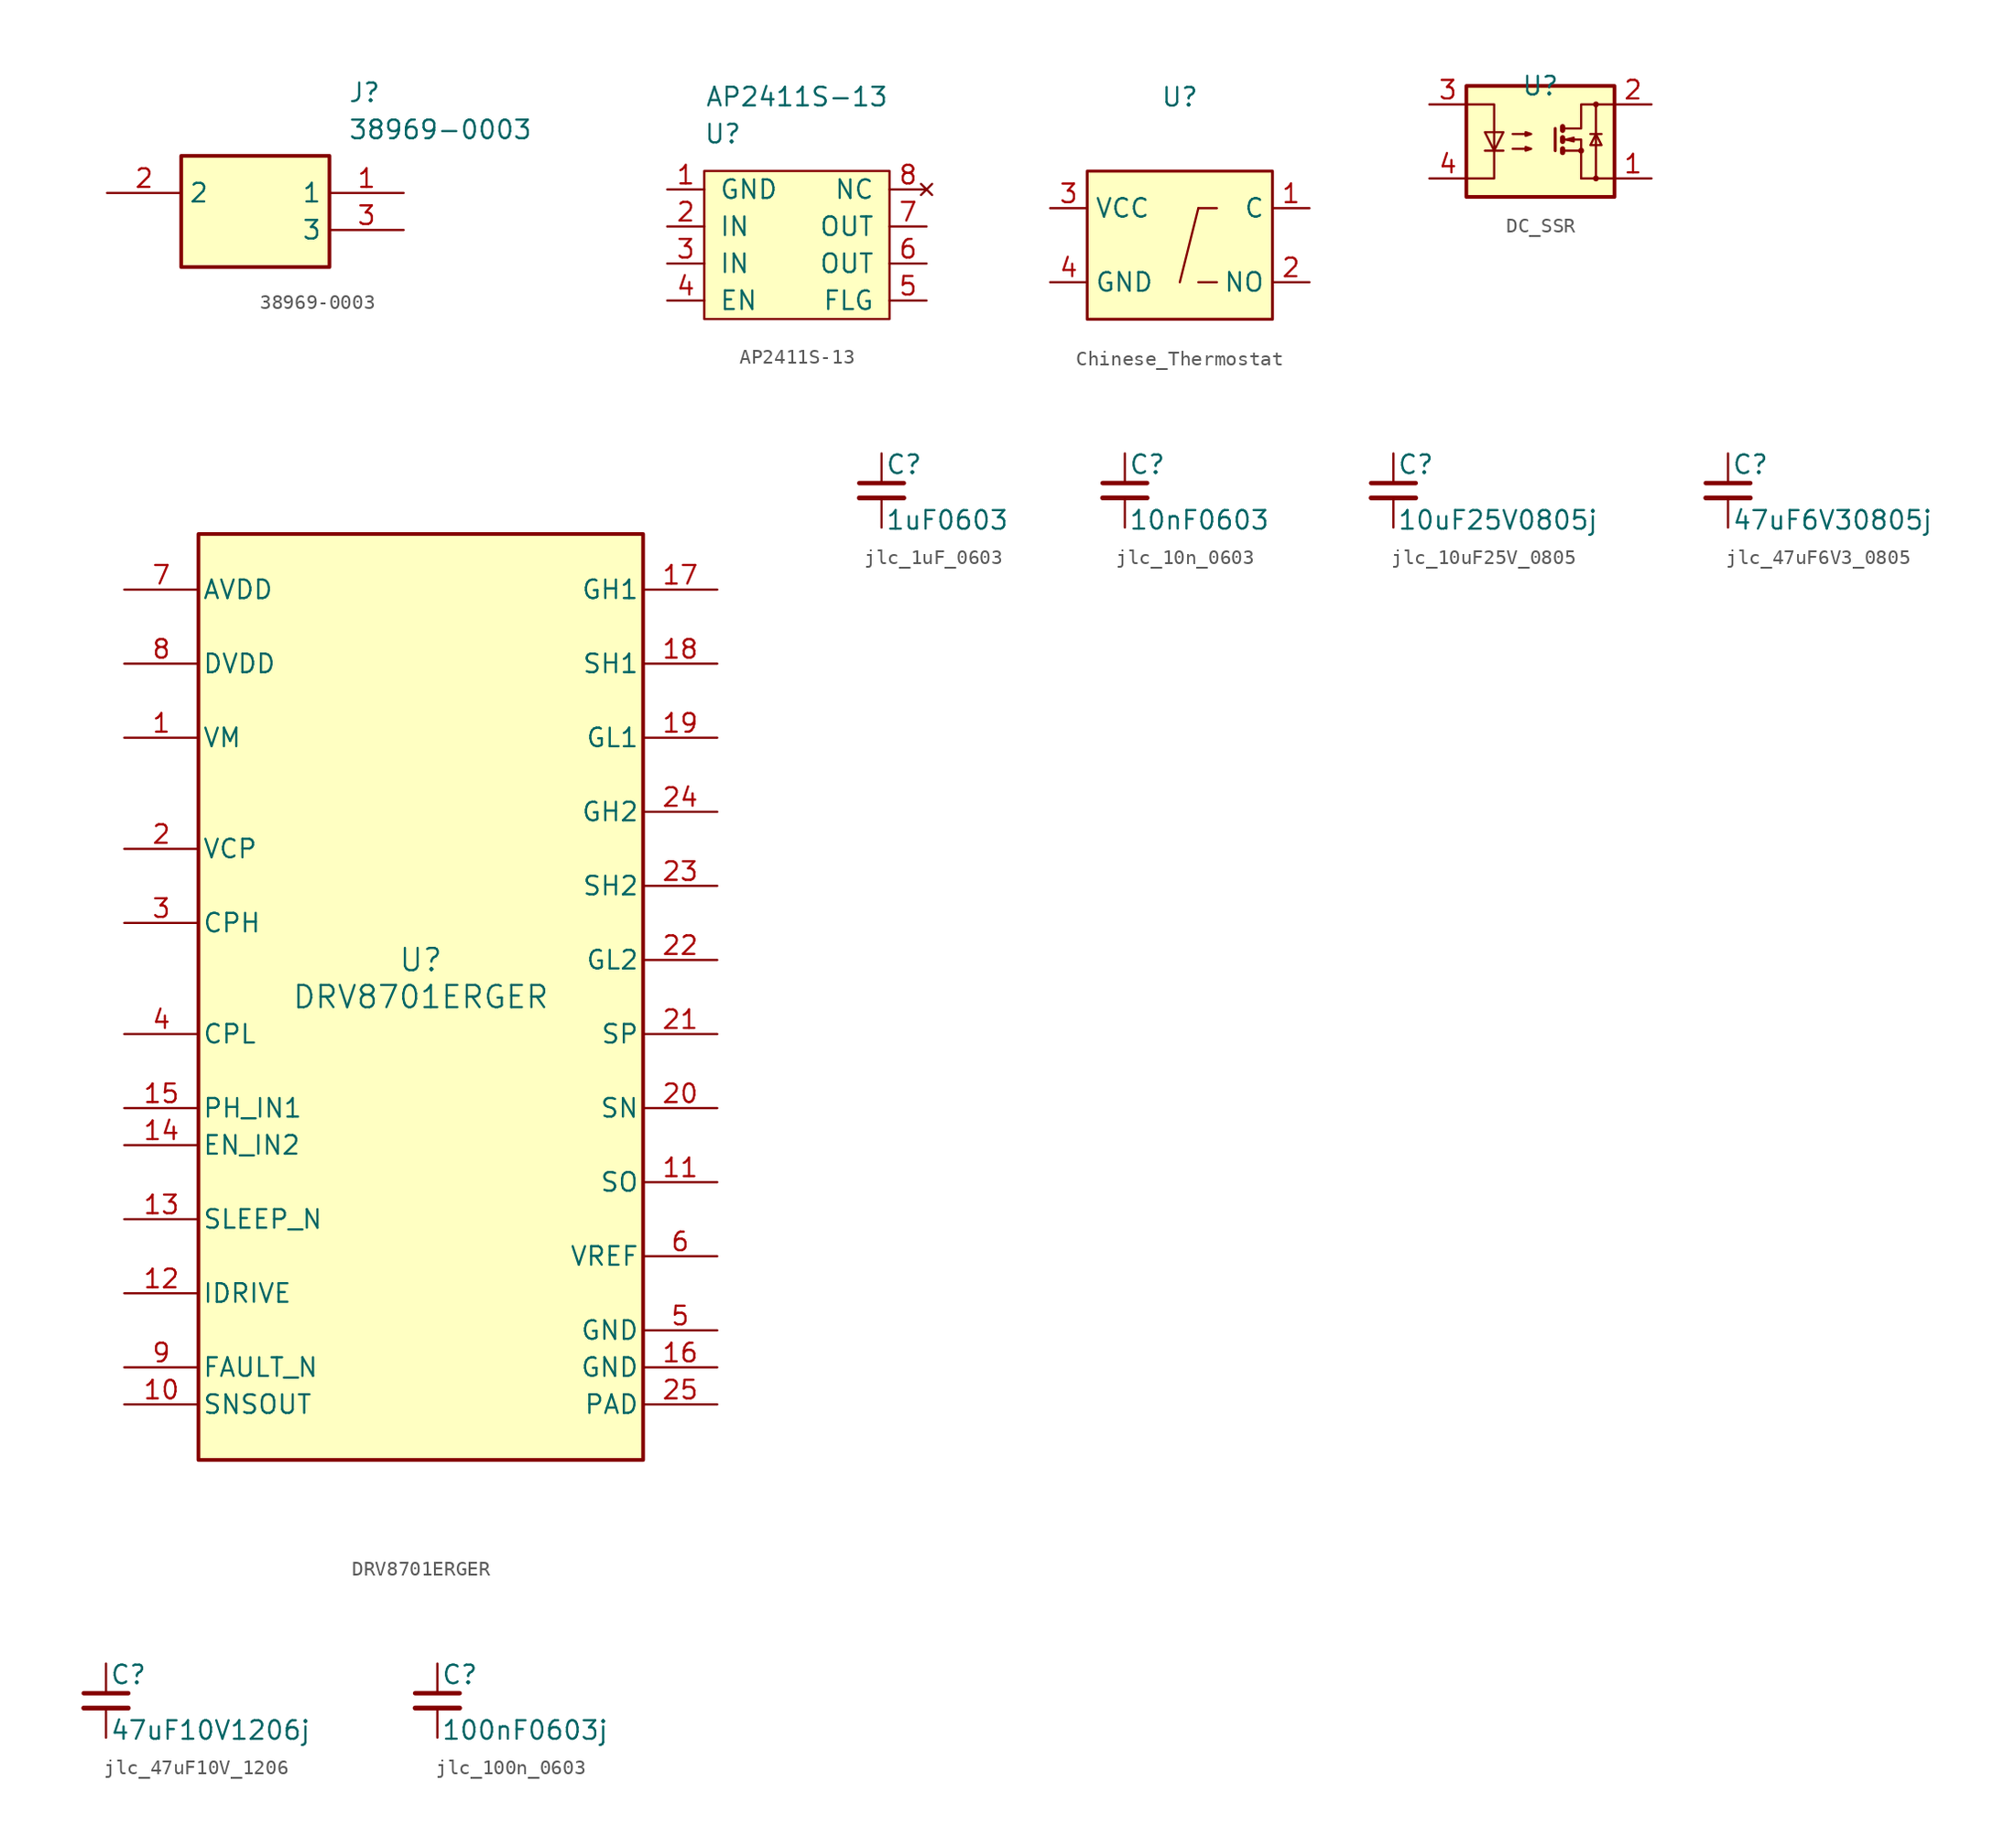
<source format=kicad_sym>
(kicad_symbol_lib
  (version 20231120)
  (generator "kicad_symbol_editor")
  (generator_version "8.0")
  (symbol "38969-0003"
    (property "Reference" "J"
      (at 16.51 7.62 0)
      (effects (font (size 1.27 1.27)) (justify left top)))
    (property "Value" "38969-0003"
      (at 16.51 5.08 0)
      (effects (font (size 1.27 1.27)) (justify left top)))
    (symbol "38969-0003_1_1"
      (rectangle (start 5.08 2.54) (end 15.24 -5.08) (stroke (width 0.254) (type default)) (fill (type background)))
      (pin passive line (at 20.32 0 180) (length 5.08) (name "1" (effects (font (size 1.27 1.27)))) (number "1" (effects (font (size 1.27 1.27)))))
      (pin passive line (at 0 0 0) (length 5.08) (name "2" (effects (font (size 1.27 1.27)))) (number "2" (effects (font (size 1.27 1.27)))))
      (pin passive line (at 20.32 -2.54 180) (length 5.08) (name "3" (effects (font (size 1.27 1.27)))) (number "3" (effects (font (size 1.27 1.27)))))))
  (symbol "AP2411S-13"
    (pin_names
      (offset 1.016))
    (property "Reference" "U"
      (at -5.08 7.62 0)
      (effects (font (size 1.27 1.27))))
    (property "Value" "AP2411S-13"
      (at 0 10.16 0)
      (effects (font (size 1.27 1.27))))
    (symbol "AP2411S-13_0_1"
      (rectangle (start -6.35 5.08) (end 6.35 -5.08) (stroke (width 0) (type solid)) (fill (type background))))
    (symbol "AP2411S-13_1_1"
      (pin power_in line (at -8.89 3.81 0) (length 2.54) (name "GND" (effects (font (size 1.27 1.27)))) (number "1" (effects (font (size 1.27 1.27)))))
      (pin power_in line (at -8.89 1.27 0) (length 2.54) (name "IN" (effects (font (size 1.27 1.27)))) (number "2" (effects (font (size 1.27 1.27)))))
      (pin power_in line (at -8.89 -1.27 0) (length 2.54) (name "IN" (effects (font (size 1.27 1.27)))) (number "3" (effects (font (size 1.27 1.27)))))
      (pin input line (at -8.89 -3.81 0) (length 2.54) (name "EN" (effects (font (size 1.27 1.27)))) (number "4" (effects (font (size 1.27 1.27)))))
      (pin output line (at 8.89 -3.81 180) (length 2.54) (name "FLG" (effects (font (size 1.27 1.27)))) (number "5" (effects (font (size 1.27 1.27)))))
      (pin power_out line (at 8.89 -1.27 180) (length 2.54) (name "OUT" (effects (font (size 1.27 1.27)))) (number "6" (effects (font (size 1.27 1.27)))))
      (pin power_out line (at 8.89 1.27 180) (length 2.54) (name "OUT" (effects (font (size 1.27 1.27)))) (number "7" (effects (font (size 1.27 1.27)))))
      (pin no_connect line (at 8.89 3.81 180) (length 2.54) (name "NC" (effects (font (size 1.27 1.27)))) (number "8" (effects (font (size 1.27 1.27)))))))
  (symbol "Chinese_Thermostat"
    (property "Reference" "U"
      (at 0 10.16 0)
      (effects (font (size 1.27 1.27))))
    (property "Value" ""
      (at 0 0 0)
      (effects (font (size 1.27 1.27))))
    (symbol "Chinese_Thermostat_1_1"
      (rectangle (start -6.35 5.08) (end 6.35 -5.08) (stroke (width 0.2) (type default)) (fill (type background)))
      (polyline (pts (xy 0 -2.54) (xy 1.27 2.54)) (stroke (width 0) (type default)) (fill (type none)))
      (polyline (pts (xy 2.54 -2.54) (xy 1.27 -2.54)) (stroke (width 0) (type default)) (fill (type none)))
      (polyline (pts (xy 2.54 2.54) (xy 1.27 2.54)) (stroke (width 0) (type default)) (fill (type none)))
      (pin passive line (at 8.89 2.54 180) (length 2.54) (name "C" (effects (font (size 1.27 1.27)))) (number "1" (effects (font (size 1.27 1.27)))))
      (pin passive line (at 8.89 -2.54 180) (length 2.54) (name "NO" (effects (font (size 1.27 1.27)))) (number "2" (effects (font (size 1.27 1.27)))))
      (pin passive line (at -8.89 2.54 0) (length 2.54) (name "VCC" (effects (font (size 1.27 1.27)))) (number "3" (effects (font (size 1.27 1.27)))))
      (pin passive line (at -8.89 -2.54 0) (length 2.54) (name "GND" (effects (font (size 1.27 1.27)))) (number "4" (effects (font (size 1.27 1.27)))))))
  (symbol "DC_SSR"
    (property "Reference" "U"
      (at 0 3.81 0)
      (effects (font (size 1.27 1.27))))
    (property "Value" ""
      (at 0 0 0)
      (effects (font (size 1.27 1.27))))
    (symbol "DC_SSR_0_1"
      (rectangle (start -5.08 3.81) (end 5.08 -3.81) (stroke (width 0.254) (type default)) (fill (type background)))
      (polyline (pts (xy -3.81 -0.635) (xy -2.54 -0.635)) (stroke (width 0) (type default)) (fill (type none)))
      (polyline (pts (xy 1.016 0.889) (xy 1.016 -0.635)) (stroke (width 0.203) (type default)) (fill (type none)))
      (polyline (pts (xy 3.429 0.508) (xy 4.191 0.508)) (stroke (width 0) (type default)) (fill (type none)))
      (polyline (pts (xy 3.81 -2.54) (xy 3.81 2.54)) (stroke (width 0) (type default)) (fill (type none)))
      (polyline (pts (xy 3.81 -2.54) (xy 5.08 -2.54)) (stroke (width 0) (type default)) (fill (type none)))
      (polyline (pts (xy 3.937 -2.54) (xy 2.794 -2.54)) (stroke (width 0) (type default)) (fill (type none)))
      (polyline (pts (xy 1.524 -0.635) (xy 2.794 -0.635) (xy 2.794 -2.54)) (stroke (width 0) (type default)) (fill (type none)))
      (polyline (pts (xy 1.524 -0.508) (xy 1.524 -0.762) (xy 1.524 -0.762)) (stroke (width 0.356) (type default)) (fill (type none)))
      (polyline (pts (xy 1.524 0.254) (xy 1.524 0) (xy 1.524 0)) (stroke (width 0.356) (type default)) (fill (type none)))
      (polyline (pts (xy 1.524 1.016) (xy 1.524 0.762) (xy 1.524 0.762)) (stroke (width 0.356) (type default)) (fill (type none)))
      (polyline (pts (xy 1.651 0.127) (xy 2.794 0.127) (xy 2.794 -0.635)) (stroke (width 0) (type default)) (fill (type none)))
      (polyline (pts (xy -5.08 2.54) (xy -3.175 2.54) (xy -3.175 -2.54) (xy -5.08 -2.54)) (stroke (width 0) (type default)) (fill (type none)))
      (polyline (pts (xy -3.175 -0.635) (xy -3.81 0.635) (xy -2.54 0.635) (xy -3.175 -0.635)) (stroke (width 0) (type default)) (fill (type none)))
      (polyline (pts (xy 1.524 0.889) (xy 2.794 0.889) (xy 2.794 2.54) (xy 5.08 2.54)) (stroke (width 0) (type default)) (fill (type none)))
      (polyline (pts (xy 1.778 0.127) (xy 2.286 0.254) (xy 2.286 0) (xy 1.778 0.127)) (stroke (width 0) (type default)) (fill (type none)))
      (polyline (pts (xy 3.81 0.508) (xy 3.429 -0.254) (xy 4.191 -0.254) (xy 3.81 0.508)) (stroke (width 0) (type default)) (fill (type none)))
      (polyline (pts (xy -1.905 -0.508) (xy -0.635 -0.508) (xy -1.016 -0.635) (xy -1.016 -0.381) (xy -0.635 -0.508)) (stroke (width 0) (type default)) (fill (type none)))
      (polyline (pts (xy -1.905 0.508) (xy -0.635 0.508) (xy -1.016 0.381) (xy -1.016 0.635) (xy -0.635 0.508)) (stroke (width 0) (type default)) (fill (type none)))
      (circle (center 2.794 -0.635) (radius 0.127) (stroke (width 0) (type default)) (fill (type none)))
      (circle (center 3.81 -2.54) (radius 0.127) (stroke (width 0) (type default)) (fill (type none)))
      (circle (center 3.81 2.54) (radius 0.127) (stroke (width 0) (type default)) (fill (type none))))
    (symbol "DC_SSR_1_1"
      (pin passive line (at 7.62 -2.54 180) (length 2.54) (name "~" (effects (font (size 1.27 1.27)))) (number "1" (effects (font (size 1.27 1.27)))))
      (pin passive line (at 7.62 2.54 180) (length 2.54) (name "~" (effects (font (size 1.27 1.27)))) (number "2" (effects (font (size 1.27 1.27)))))
      (pin passive line (at -7.62 2.54 0) (length 2.54) (name "~" (effects (font (size 1.27 1.27)))) (number "3" (effects (font (size 1.27 1.27)))))
      (pin passive line (at -7.62 -2.54 0) (length 2.54) (name "~" (effects (font (size 1.27 1.27)))) (number "4" (effects (font (size 1.27 1.27)))))))
  (symbol "DRV8701ERGER"
    (pin_names
      (offset 0.254))
    (property "Reference" "U"
      (at 0 2.54 0)
      (effects (font (size 1.524 1.524))))
    (property "Value" "DRV8701ERGER"
      (at 0 0 0)
      (effects (font (size 1.524 1.524))))
    (property "ki_locked" ""
      (at 0 0 0)
      (effects (font (size 1.27 1.27))))
    (symbol "DRV8701ERGER_0_1"
      (rectangle (start -15.24 31.75) (end 15.24 -31.75) (stroke (width 0.254) (type default)) (fill (type background)))
      (pin power_in line (at -20.32 17.78 0) (length 5.08) (name "VM" (effects (font (size 1.27 1.27)))) (number "1" (effects (font (size 1.27 1.27)))))
      (pin open_collector line (at -20.32 -27.94 0) (length 5.08) (name "SNSOUT" (effects (font (size 1.27 1.27)))) (number "10" (effects (font (size 1.27 1.27)))))
      (pin output line (at 20.32 -12.7 180) (length 5.08) (name "SO" (effects (font (size 1.27 1.27)))) (number "11" (effects (font (size 1.27 1.27)))))
      (pin input line (at -20.32 -20.32 0) (length 5.08) (name "IDRIVE" (effects (font (size 1.27 1.27)))) (number "12" (effects (font (size 1.27 1.27)))))
      (pin input line (at -20.32 -15.24 0) (length 5.08) (name "SLEEP_N" (effects (font (size 1.27 1.27)))) (number "13" (effects (font (size 1.27 1.27)))))
      (pin input line (at -20.32 -10.16 0) (length 5.08) (name "EN_IN2" (effects (font (size 1.27 1.27)))) (number "14" (effects (font (size 1.27 1.27)))))
      (pin input line (at -20.32 -7.62 0) (length 5.08) (name "PH_IN1" (effects (font (size 1.27 1.27)))) (number "15" (effects (font (size 1.27 1.27)))))
      (pin power_in line (at 20.32 -25.4 180) (length 5.08) (name "GND" (effects (font (size 1.27 1.27)))) (number "16" (effects (font (size 1.27 1.27)))))
      (pin output line (at 20.32 27.94 180) (length 5.08) (name "GH1" (effects (font (size 1.27 1.27)))) (number "17" (effects (font (size 1.27 1.27)))))
      (pin input line (at 20.32 22.86 180) (length 5.08) (name "SH1" (effects (font (size 1.27 1.27)))) (number "18" (effects (font (size 1.27 1.27)))))
      (pin output line (at 20.32 17.78 180) (length 5.08) (name "GL1" (effects (font (size 1.27 1.27)))) (number "19" (effects (font (size 1.27 1.27)))))
      (pin input line (at 20.32 -7.62 180) (length 5.08) (name "SN" (effects (font (size 1.27 1.27)))) (number "20" (effects (font (size 1.27 1.27)))))
      (pin input line (at 20.32 -2.54 180) (length 5.08) (name "SP" (effects (font (size 1.27 1.27)))) (number "21" (effects (font (size 1.27 1.27)))))
      (pin output line (at 20.32 2.54 180) (length 5.08) (name "GL2" (effects (font (size 1.27 1.27)))) (number "22" (effects (font (size 1.27 1.27)))))
      (pin input line (at 20.32 7.62 180) (length 5.08) (name "SH2" (effects (font (size 1.27 1.27)))) (number "23" (effects (font (size 1.27 1.27)))))
      (pin output line (at 20.32 12.7 180) (length 5.08) (name "GH2" (effects (font (size 1.27 1.27)))) (number "24" (effects (font (size 1.27 1.27)))))
      (pin power_in line (at 20.32 -27.94 180) (length 5.08) (name "PAD" (effects (font (size 1.27 1.27)))) (number "25" (effects (font (size 1.27 1.27)))))
      (pin passive line (at -20.32 5.08 0) (length 5.08) (name "CPH" (effects (font (size 1.27 1.27)))) (number "3" (effects (font (size 1.27 1.27)))))
      (pin passive line (at -20.32 -2.54 0) (length 5.08) (name "CPL" (effects (font (size 1.27 1.27)))) (number "4" (effects (font (size 1.27 1.27)))))
      (pin power_in line (at 20.32 -22.86 180) (length 5.08) (name "GND" (effects (font (size 1.27 1.27)))) (number "5" (effects (font (size 1.27 1.27)))))
      (pin input line (at 20.32 -17.78 180) (length 5.08) (name "VREF" (effects (font (size 1.27 1.27)))) (number "6" (effects (font (size 1.27 1.27)))))
      (pin power_out line (at -20.32 27.94 0) (length 5.08) (name "AVDD" (effects (font (size 1.27 1.27)))) (number "7" (effects (font (size 1.27 1.27)))))
      (pin power_out line (at -20.32 22.86 0) (length 5.08) (name "DVDD" (effects (font (size 1.27 1.27)))) (number "8" (effects (font (size 1.27 1.27)))))
      (pin open_collector line (at -20.32 -25.4 0) (length 5.08) (name "FAULT_N" (effects (font (size 1.27 1.27)))) (number "9" (effects (font (size 1.27 1.27))))))
    (symbol "DRV8701ERGER_1_1"
      (pin passive line (at -20.32 10.16 0) (length 5.08) (name "VCP" (effects (font (size 1.27 1.27)))) (number "2" (effects (font (size 1.27 1.27)))))))
  (symbol "jlc_1uF_0603"
    (pin_numbers hide)
    (pin_names
      (offset 0.254) hide)
    (property "Reference" "C"
      (at 0.254 1.778 0)
      (effects (font (size 1.27 1.27)) (justify left)))
    (property "Value" "1uF0603"
      (at 0.254 -2.032 0)
      (effects (font (size 1.27 1.27)) (justify left)))
    (symbol "jlc_1uF_0603_0_1"
      (polyline (pts (xy -1.524 -0.508) (xy 1.524 -0.508)) (stroke (width 0.33) (type default)) (fill (type none)))
      (polyline (pts (xy -1.524 0.508) (xy 1.524 0.508)) (stroke (width 0.305) (type default)) (fill (type none))))
    (symbol "jlc_1uF_0603_1_1"
      (pin passive line (at 0 2.54 270) (length 2.032) (name "~" (effects (font (size 1.27 1.27)))) (number "1" (effects (font (size 1.27 1.27)))))
      (pin passive line (at 0 -2.54 90) (length 2.032) (name "~" (effects (font (size 1.27 1.27)))) (number "2" (effects (font (size 1.27 1.27)))))))
  (symbol "jlc_10n_0603"
    (pin_numbers hide)
    (pin_names
      (offset 0.254) hide)
    (property "Reference" "C"
      (at 0.254 1.778 0)
      (effects (font (size 1.27 1.27)) (justify left)))
    (property "Value" "10nF0603"
      (at 0.254 -2.032 0)
      (effects (font (size 1.27 1.27)) (justify left)))
    (symbol "jlc_10n_0603_0_1"
      (polyline (pts (xy -1.524 -0.508) (xy 1.524 -0.508)) (stroke (width 0.33) (type default)) (fill (type none)))
      (polyline (pts (xy -1.524 0.508) (xy 1.524 0.508)) (stroke (width 0.305) (type default)) (fill (type none))))
    (symbol "jlc_10n_0603_1_1"
      (pin passive line (at 0 2.54 270) (length 2.032) (name "~" (effects (font (size 1.27 1.27)))) (number "1" (effects (font (size 1.27 1.27)))))
      (pin passive line (at 0 -2.54 90) (length 2.032) (name "~" (effects (font (size 1.27 1.27)))) (number "2" (effects (font (size 1.27 1.27)))))))
  (symbol "jlc_10uF25V_0805"
    (pin_numbers hide)
    (pin_names
      (offset 0.254) hide)
    (property "Reference" "C"
      (at 0.254 1.778 0)
      (effects (font (size 1.27 1.27)) (justify left)))
    (property "Value" "10uF25V0805j"
      (at 0.254 -2.032 0)
      (effects (font (size 1.27 1.27)) (justify left)))
    (symbol "jlc_10uF25V_0805_0_1"
      (polyline (pts (xy -1.524 -0.508) (xy 1.524 -0.508)) (stroke (width 0.33) (type default)) (fill (type none)))
      (polyline (pts (xy -1.524 0.508) (xy 1.524 0.508)) (stroke (width 0.305) (type default)) (fill (type none))))
    (symbol "jlc_10uF25V_0805_1_1"
      (pin passive line (at 0 2.54 270) (length 2.032) (name "~" (effects (font (size 1.27 1.27)))) (number "1" (effects (font (size 1.27 1.27)))))
      (pin passive line (at 0 -2.54 90) (length 2.032) (name "~" (effects (font (size 1.27 1.27)))) (number "2" (effects (font (size 1.27 1.27)))))))
  (symbol "jlc_47uF6V3_0805"
    (pin_numbers hide)
    (pin_names
      (offset 0.254) hide)
    (property "Reference" "C"
      (at 0.254 1.778 0)
      (effects (font (size 1.27 1.27)) (justify left)))
    (property "Value" "47uF6V30805j"
      (at 0.254 -2.032 0)
      (effects (font (size 1.27 1.27)) (justify left)))
    (symbol "jlc_47uF6V3_0805_0_1"
      (polyline (pts (xy -1.524 -0.508) (xy 1.524 -0.508)) (stroke (width 0.33) (type default)) (fill (type none)))
      (polyline (pts (xy -1.524 0.508) (xy 1.524 0.508)) (stroke (width 0.305) (type default)) (fill (type none))))
    (symbol "jlc_47uF6V3_0805_1_1"
      (pin passive line (at 0 2.54 270) (length 2.032) (name "~" (effects (font (size 1.27 1.27)))) (number "1" (effects (font (size 1.27 1.27)))))
      (pin passive line (at 0 -2.54 90) (length 2.032) (name "~" (effects (font (size 1.27 1.27)))) (number "2" (effects (font (size 1.27 1.27)))))))
  (symbol "jlc_47uF10V_1206"
    (pin_numbers hide)
    (pin_names
      (offset 0.254) hide)
    (property "Reference" "C"
      (at 0.254 1.778 0)
      (effects (font (size 1.27 1.27)) (justify left)))
    (property "Value" "47uF10V1206j"
      (at 0.254 -2.032 0)
      (effects (font (size 1.27 1.27)) (justify left)))
    (symbol "jlc_47uF10V_1206_0_1"
      (polyline (pts (xy -1.524 -0.508) (xy 1.524 -0.508)) (stroke (width 0.33) (type default)) (fill (type none)))
      (polyline (pts (xy -1.524 0.508) (xy 1.524 0.508)) (stroke (width 0.305) (type default)) (fill (type none))))
    (symbol "jlc_47uF10V_1206_1_1"
      (pin passive line (at 0 2.54 270) (length 2.032) (name "~" (effects (font (size 1.27 1.27)))) (number "1" (effects (font (size 1.27 1.27)))))
      (pin passive line (at 0 -2.54 90) (length 2.032) (name "~" (effects (font (size 1.27 1.27)))) (number "2" (effects (font (size 1.27 1.27)))))))
  (symbol "jlc_100n_0603"
    (pin_numbers hide)
    (pin_names
      (offset 0.254) hide)
    (property "Reference" "C"
      (at 0.254 1.778 0)
      (effects (font (size 1.27 1.27)) (justify left)))
    (property "Value" "100nF0603j"
      (at 0.254 -2.032 0)
      (effects (font (size 1.27 1.27)) (justify left)))
    (symbol "jlc_100n_0603_0_1"
      (polyline (pts (xy -1.524 -0.508) (xy 1.524 -0.508)) (stroke (width 0.33) (type default)) (fill (type none)))
      (polyline (pts (xy -1.524 0.508) (xy 1.524 0.508)) (stroke (width 0.305) (type default)) (fill (type none))))
    (symbol "jlc_100n_0603_1_1"
      (pin passive line (at 0 2.54 270) (length 2.032) (name "~" (effects (font (size 1.27 1.27)))) (number "1" (effects (font (size 1.27 1.27)))))
      (pin passive line (at 0 -2.54 90) (length 2.032) (name "~" (effects (font (size 1.27 1.27)))) (number "2" (effects (font (size 1.27 1.27))))))))
</source>
